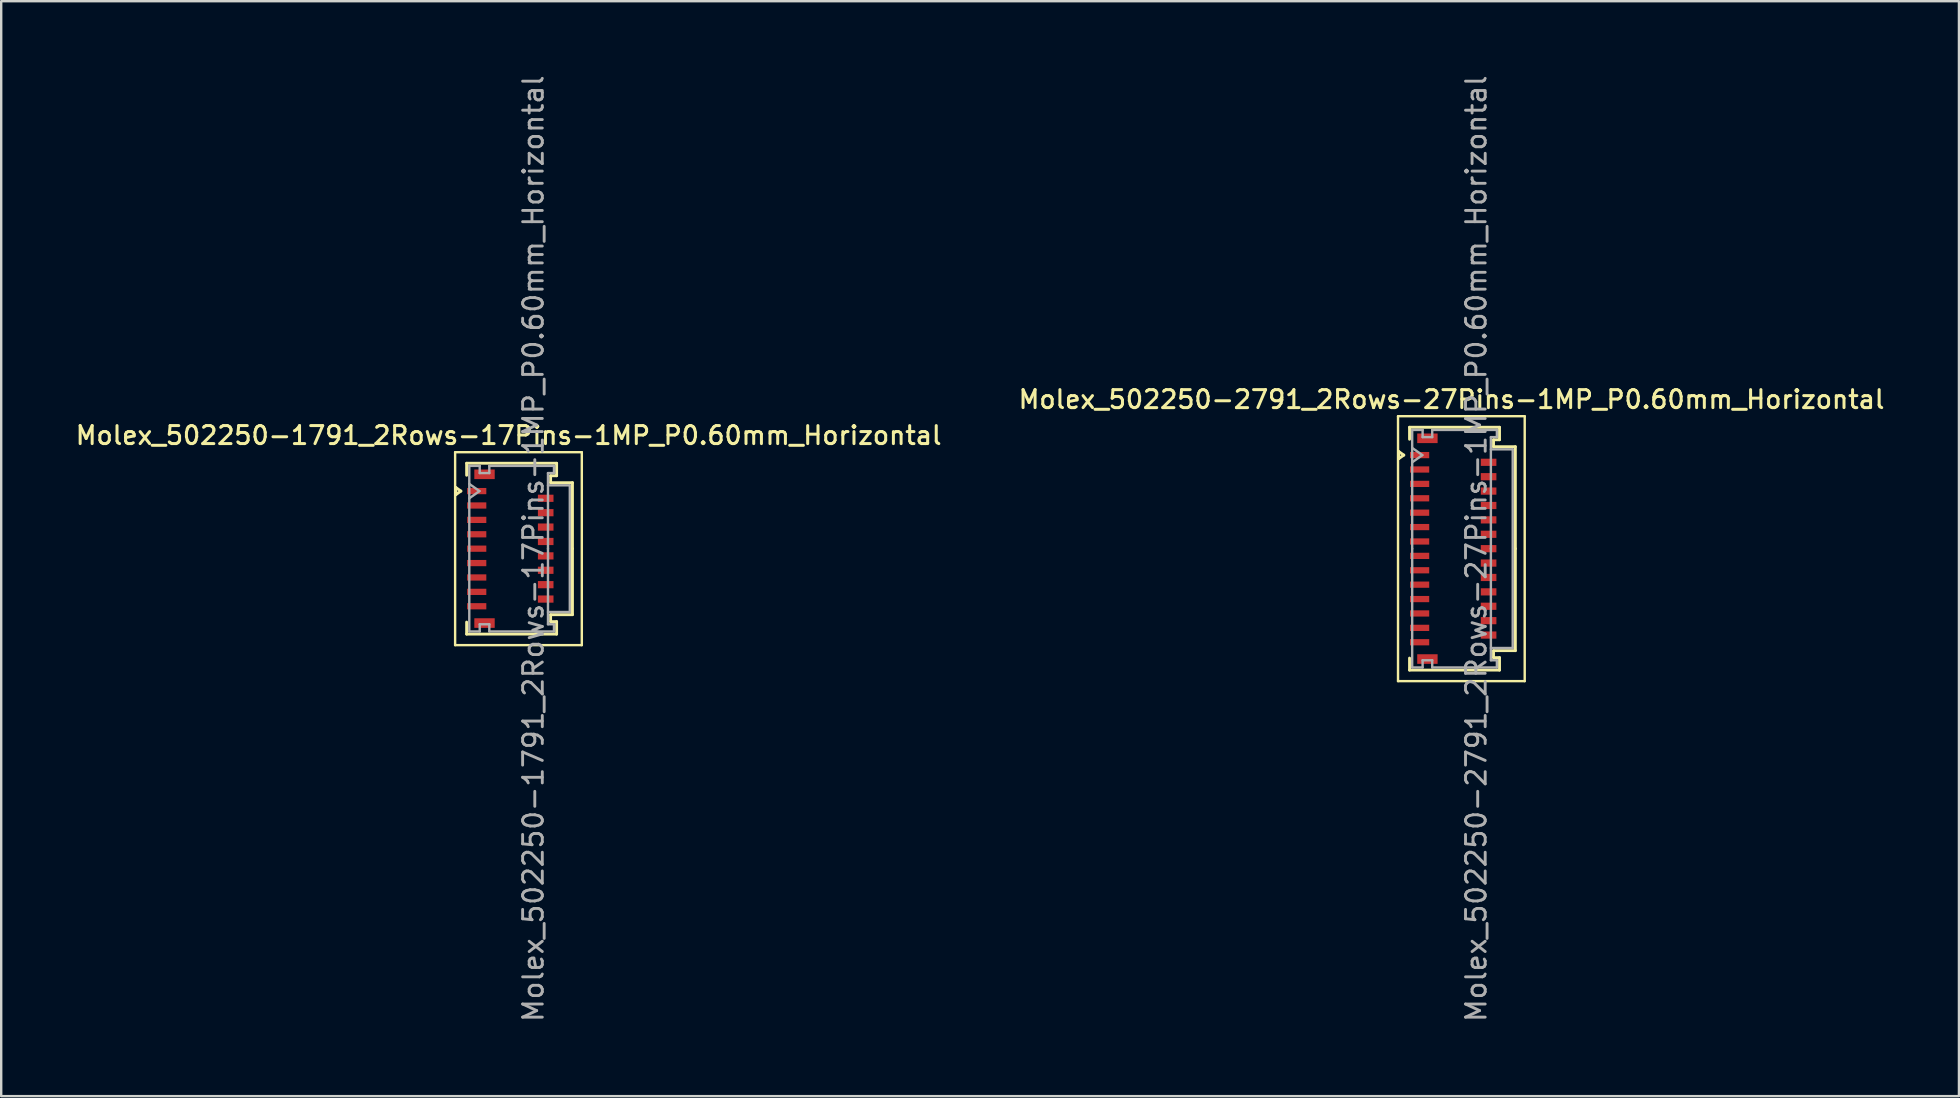
<source format=kicad_pcb>
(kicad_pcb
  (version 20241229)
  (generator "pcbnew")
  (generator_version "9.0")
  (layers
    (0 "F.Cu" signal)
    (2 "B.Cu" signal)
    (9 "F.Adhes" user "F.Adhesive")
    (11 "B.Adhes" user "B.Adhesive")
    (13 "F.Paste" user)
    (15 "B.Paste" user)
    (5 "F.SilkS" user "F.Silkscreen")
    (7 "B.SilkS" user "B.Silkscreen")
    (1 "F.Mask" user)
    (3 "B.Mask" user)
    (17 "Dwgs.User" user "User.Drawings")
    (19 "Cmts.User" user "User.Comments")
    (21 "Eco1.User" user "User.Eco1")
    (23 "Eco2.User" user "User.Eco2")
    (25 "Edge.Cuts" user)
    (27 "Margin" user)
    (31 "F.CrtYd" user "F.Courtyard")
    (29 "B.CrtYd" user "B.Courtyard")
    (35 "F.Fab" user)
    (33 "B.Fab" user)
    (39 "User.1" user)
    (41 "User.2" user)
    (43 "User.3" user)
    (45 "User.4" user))
  (footprint "Molex_502250-2791_2Rows-27Pins-1MP_P0.60mm_Horizontal"
    (layer "F.Cu")
    (at 57.515 19.817)
    (property "Reference" "Molex_502250-2791_2Rows-27Pins-1MP_P0.60mm_Horizontal" (at -0.07 -6.22 0) (layer "F.SilkS") (effects (font (size 0.75 0.75) (thickness 0.125))))
    (attr smd)
    (fp_line (start -2.3 -5.52) (end -2.3 5.52) (stroke (width 0.1) (type solid)) (layer "F.SilkS"))
    (fp_line (start -2.3 5.52) (end 2.98 5.52) (stroke (width 0.1) (type solid)) (layer "F.SilkS"))
    (fp_line (start -2.272 -4.05) (end -2.06 -3.9) (stroke (width 0.12) (type solid)) (layer "F.SilkS"))
    (fp_line (start -2.272 -3.75) (end -2.272 -4.05) (stroke (width 0.12) (type solid)) (layer "F.SilkS"))
    (fp_line (start -2.06 -3.9) (end -2.272 -3.75) (stroke (width 0.12) (type solid)) (layer "F.SilkS"))
    (fp_line (start -1.82 -5.06) (end 1.93 -5.06) (stroke (width 0.12) (type solid)) (layer "F.SilkS"))
    (fp_line (start -1.82 -4.56) (end -1.82 -5.06) (stroke (width 0.12) (type solid)) (layer "F.SilkS"))
    (fp_line (start -1.82 4.56) (end -1.82 5.06) (stroke (width 0.12) (type solid)) (layer "F.SilkS"))
    (fp_line (start -1.82 5.06) (end 1.93 5.06) (stroke (width 0.12) (type solid)) (layer "F.SilkS"))
    (fp_line (start 1.68 -4.54) (end 1.68 -4.25) (stroke (width 0.12) (type solid)) (layer "F.SilkS"))
    (fp_line (start 1.68 -4.25) (end 2.59 -4.25) (stroke (width 0.12) (type solid)) (layer "F.SilkS"))
    (fp_line (start 1.68 4.25) (end 2.59 4.25) (stroke (width 0.12) (type solid)) (layer "F.SilkS"))
    (fp_line (start 1.68 4.54) (end 1.68 4.25) (stroke (width 0.12) (type solid)) (layer "F.SilkS"))
    (fp_line (start 1.93 -5.06) (end 1.93 -4.54) (stroke (width 0.12) (type solid)) (layer "F.SilkS"))
    (fp_line (start 1.93 -4.54) (end 1.68 -4.54) (stroke (width 0.12) (type solid)) (layer "F.SilkS"))
    (fp_line (start 1.93 4.54) (end 1.68 4.54) (stroke (width 0.12) (type solid)) (layer "F.SilkS"))
    (fp_line (start 1.93 5.06) (end 1.93 4.54) (stroke (width 0.12) (type solid)) (layer "F.SilkS"))
    (fp_line (start 2.59 -4.25) (end 2.59 0) (stroke (width 0.12) (type solid)) (layer "F.SilkS"))
    (fp_line (start 2.59 4.25) (end 2.59 0) (stroke (width 0.12) (type solid)) (layer "F.SilkS"))
    (fp_line (start 2.98 -5.52) (end -2.3 -5.52) (stroke (width 0.1) (type solid)) (layer "F.SilkS"))
    (fp_line (start 2.98 5.52) (end 2.98 -5.52) (stroke (width 0.1) (type solid)) (layer "F.SilkS"))
    (fp_line (start -1.71 -4.95) (end -1.275 -4.95) (stroke (width 0.1) (type solid)) (layer "F.Fab"))
    (fp_line (start -1.71 -4.2) (end -1.286 -3.9) (stroke (width 0.1) (type solid)) (layer "F.Fab"))
    (fp_line (start -1.71 0) (end -1.71 -4.95) (stroke (width 0.1) (type solid)) (layer "F.Fab"))
    (fp_line (start -1.71 0) (end -1.71 4.95) (stroke (width 0.1) (type solid)) (layer "F.Fab"))
    (fp_line (start -1.71 4.95) (end -1.275 4.95) (stroke (width 0.1) (type solid)) (layer "F.Fab"))
    (fp_line (start -1.286 -3.9) (end -1.71 -3.6) (stroke (width 0.1) (type solid)) (layer "F.Fab"))
    (fp_line (start -1.275 -4.95) (end -1.275 -4.65) (stroke (width 0.1) (type solid)) (layer "F.Fab"))
    (fp_line (start -1.275 -4.65) (end -0.875 -4.65) (stroke (width 0.1) (type solid)) (layer "F.Fab"))
    (fp_line (start -1.275 4.65) (end -0.875 4.65) (stroke (width 0.1) (type solid)) (layer "F.Fab"))
    (fp_line (start -1.275 4.95) (end -1.275 4.65) (stroke (width 0.1) (type solid)) (layer "F.Fab"))
    (fp_line (start -0.875 -4.95) (end 1.82 -4.95) (stroke (width 0.1) (type solid)) (layer "F.Fab"))
    (fp_line (start -0.875 -4.65) (end -0.875 -4.95) (stroke (width 0.1) (type solid)) (layer "F.Fab"))
    (fp_line (start -0.875 4.65) (end -0.875 4.95) (stroke (width 0.1) (type solid)) (layer "F.Fab"))
    (fp_line (start -0.875 4.95) (end 1.82 4.95) (stroke (width 0.1) (type solid)) (layer "F.Fab"))
    (fp_line (start 1.57 -4.65) (end 1.57 0) (stroke (width 0.1) (type solid)) (layer "F.Fab"))
    (fp_line (start 1.57 -4.14) (end 2.48 -4.14) (stroke (width 0.1) (type solid)) (layer "F.Fab"))
    (fp_line (start 1.57 4.65) (end 1.57 0) (stroke (width 0.1) (type solid)) (layer "F.Fab"))
    (fp_line (start 1.82 -4.95) (end 1.82 -4.65) (stroke (width 0.1) (type solid)) (layer "F.Fab"))
    (fp_line (start 1.82 -4.65) (end 1.57 -4.65) (stroke (width 0.1) (type solid)) (layer "F.Fab"))
    (fp_line (start 1.82 4.65) (end 1.57 4.65) (stroke (width 0.1) (type solid)) (layer "F.Fab"))
    (fp_line (start 1.82 4.95) (end 1.82 4.65) (stroke (width 0.1) (type solid)) (layer "F.Fab"))
    (fp_line (start 2.48 -4.14) (end 2.48 4.14) (stroke (width 0.1) (type solid)) (layer "F.Fab"))
    (fp_line (start 2.48 4.14) (end 1.57 4.14) (stroke (width 0.1) (type solid)) (layer "F.Fab"))
    (fp_text user "${REFERENCE}" (at 0.96 0 90) (layer "F.Fab") (effects (font (size 0.82 0.82) (thickness 0.12))))
    (pad "1" smd rect (at -1.4 -3.9) (size 0.8 0.26) (layers "F.Cu" "F.Mask" "F.Paste"))
    (pad "2" smd rect (at 1.475 -3.6) (size 0.65 0.3) (layers "F.Cu" "F.Mask" "F.Paste"))
    (pad "3" smd rect (at -1.4 -3.3) (size 0.8 0.26) (layers "F.Cu" "F.Mask" "F.Paste"))
    (pad "4" smd rect (at 1.475 -3) (size 0.65 0.3) (layers "F.Cu" "F.Mask" "F.Paste"))
    (pad "5" smd rect (at -1.4 -2.7) (size 0.8 0.26) (layers "F.Cu" "F.Mask" "F.Paste"))
    (pad "6" smd rect (at 1.475 -2.4) (size 0.65 0.3) (layers "F.Cu" "F.Mask" "F.Paste"))
    (pad "7" smd rect (at -1.4 -2.1) (size 0.8 0.26) (layers "F.Cu" "F.Mask" "F.Paste"))
    (pad "8" smd rect (at 1.475 -1.8) (size 0.65 0.3) (layers "F.Cu" "F.Mask" "F.Paste"))
    (pad "9" smd rect (at -1.4 -1.5) (size 0.8 0.26) (layers "F.Cu" "F.Mask" "F.Paste"))
    (pad "10" smd rect (at 1.475 -1.2) (size 0.65 0.3) (layers "F.Cu" "F.Mask" "F.Paste"))
    (pad "11" smd rect (at -1.4 -0.9) (size 0.8 0.26) (layers "F.Cu" "F.Mask" "F.Paste"))
    (pad "12" smd rect (at 1.475 -0.6) (size 0.65 0.3) (layers "F.Cu" "F.Mask" "F.Paste"))
    (pad "13" smd rect (at -1.4 -0.3) (size 0.8 0.26) (layers "F.Cu" "F.Mask" "F.Paste"))
    (pad "14" smd rect (at 1.475 0) (size 0.65 0.3) (layers "F.Cu" "F.Mask" "F.Paste"))
    (pad "15" smd rect (at -1.4 0.3) (size 0.8 0.26) (layers "F.Cu" "F.Mask" "F.Paste"))
    (pad "16" smd rect (at 1.475 0.6) (size 0.65 0.3) (layers "F.Cu" "F.Mask" "F.Paste"))
    (pad "17" smd rect (at -1.4 0.9) (size 0.8 0.26) (layers "F.Cu" "F.Mask" "F.Paste"))
    (pad "18" smd rect (at 1.475 1.2) (size 0.65 0.3) (layers "F.Cu" "F.Mask" "F.Paste"))
    (pad "19" smd rect (at -1.4 1.5) (size 0.8 0.26) (layers "F.Cu" "F.Mask" "F.Paste"))
    (pad "20" smd rect (at 1.475 1.8) (size 0.65 0.3) (layers "F.Cu" "F.Mask" "F.Paste"))
    (pad "21" smd rect (at -1.4 2.1) (size 0.8 0.26) (layers "F.Cu" "F.Mask" "F.Paste"))
    (pad "22" smd rect (at 1.475 2.4) (size 0.65 0.3) (layers "F.Cu" "F.Mask" "F.Paste"))
    (pad "23" smd rect (at -1.4 2.7) (size 0.8 0.26) (layers "F.Cu" "F.Mask" "F.Paste"))
    (pad "24" smd rect (at 1.475 3) (size 0.65 0.3) (layers "F.Cu" "F.Mask" "F.Paste"))
    (pad "25" smd rect (at -1.4 3.3) (size 0.8 0.26) (layers "F.Cu" "F.Mask" "F.Paste"))
    (pad "26" smd rect (at 1.475 3.6) (size 0.65 0.3) (layers "F.Cu" "F.Mask" "F.Paste"))
    (pad "27" smd rect (at -1.4 3.9) (size 0.8 0.26) (layers "F.Cu" "F.Mask" "F.Paste"))
    (pad "MP" smd rect (at -1.075 -4.6) (size 0.85 0.4) (layers "F.Cu" "F.Mask" "F.Paste"))
    (pad "MP" smd rect (at -1.075 4.6) (size 0.85 0.4) (layers "F.Cu" "F.Mask" "F.Paste")))
  (footprint "Molex_502250-1791_2Rows-17Pins-1MP_P0.60mm_Horizontal"
    (layer "F.Cu")
    (at 18.218 19.817)
    (property "Reference" "Molex_502250-1791_2Rows-17Pins-1MP_P0.60mm_Horizontal" (at -0.07 -4.72 0) (layer "F.SilkS") (effects (font (size 0.75 0.75) (thickness 0.125))))
    (attr smd)
    (fp_line (start -2.3 -4.02) (end -2.3 4.02) (stroke (width 0.1) (type solid)) (layer "F.SilkS"))
    (fp_line (start -2.3 4.02) (end 2.98 4.02) (stroke (width 0.1) (type solid)) (layer "F.SilkS"))
    (fp_line (start -2.272 -2.55) (end -2.06 -2.4) (stroke (width 0.12) (type solid)) (layer "F.SilkS"))
    (fp_line (start -2.272 -2.25) (end -2.272 -2.55) (stroke (width 0.12) (type solid)) (layer "F.SilkS"))
    (fp_line (start -2.06 -2.4) (end -2.272 -2.25) (stroke (width 0.12) (type solid)) (layer "F.SilkS"))
    (fp_line (start -1.82 -3.56) (end 1.93 -3.56) (stroke (width 0.12) (type solid)) (layer "F.SilkS"))
    (fp_line (start -1.82 -3.06) (end -1.82 -3.56) (stroke (width 0.12) (type solid)) (layer "F.SilkS"))
    (fp_line (start -1.82 3.06) (end -1.82 3.56) (stroke (width 0.12) (type solid)) (layer "F.SilkS"))
    (fp_line (start -1.82 3.56) (end 1.93 3.56) (stroke (width 0.12) (type solid)) (layer "F.SilkS"))
    (fp_line (start 1.68 -3.04) (end 1.68 -2.75) (stroke (width 0.12) (type solid)) (layer "F.SilkS"))
    (fp_line (start 1.68 -2.75) (end 2.59 -2.75) (stroke (width 0.12) (type solid)) (layer "F.SilkS"))
    (fp_line (start 1.68 2.75) (end 2.59 2.75) (stroke (width 0.12) (type solid)) (layer "F.SilkS"))
    (fp_line (start 1.68 3.04) (end 1.68 2.75) (stroke (width 0.12) (type solid)) (layer "F.SilkS"))
    (fp_line (start 1.93 -3.56) (end 1.93 -3.04) (stroke (width 0.12) (type solid)) (layer "F.SilkS"))
    (fp_line (start 1.93 -3.04) (end 1.68 -3.04) (stroke (width 0.12) (type solid)) (layer "F.SilkS"))
    (fp_line (start 1.93 3.04) (end 1.68 3.04) (stroke (width 0.12) (type solid)) (layer "F.SilkS"))
    (fp_line (start 1.93 3.56) (end 1.93 3.04) (stroke (width 0.12) (type solid)) (layer "F.SilkS"))
    (fp_line (start 2.59 -2.75) (end 2.59 0) (stroke (width 0.12) (type solid)) (layer "F.SilkS"))
    (fp_line (start 2.59 2.75) (end 2.59 0) (stroke (width 0.12) (type solid)) (layer "F.SilkS"))
    (fp_line (start 2.98 -4.02) (end -2.3 -4.02) (stroke (width 0.1) (type solid)) (layer "F.SilkS"))
    (fp_line (start 2.98 4.02) (end 2.98 -4.02) (stroke (width 0.1) (type solid)) (layer "F.SilkS"))
    (fp_line (start -1.71 -3.45) (end -1.275 -3.45) (stroke (width 0.1) (type solid)) (layer "F.Fab"))
    (fp_line (start -1.71 -2.7) (end -1.286 -2.4) (stroke (width 0.1) (type solid)) (layer "F.Fab"))
    (fp_line (start -1.71 0) (end -1.71 -3.45) (stroke (width 0.1) (type solid)) (layer "F.Fab"))
    (fp_line (start -1.71 0) (end -1.71 3.45) (stroke (width 0.1) (type solid)) (layer "F.Fab"))
    (fp_line (start -1.71 3.45) (end -1.275 3.45) (stroke (width 0.1) (type solid)) (layer "F.Fab"))
    (fp_line (start -1.286 -2.4) (end -1.71 -2.1) (stroke (width 0.1) (type solid)) (layer "F.Fab"))
    (fp_line (start -1.275 -3.45) (end -1.275 -3.15) (stroke (width 0.1) (type solid)) (layer "F.Fab"))
    (fp_line (start -1.275 -3.15) (end -0.875 -3.15) (stroke (width 0.1) (type solid)) (layer "F.Fab"))
    (fp_line (start -1.275 3.15) (end -0.875 3.15) (stroke (width 0.1) (type solid)) (layer "F.Fab"))
    (fp_line (start -1.275 3.45) (end -1.275 3.15) (stroke (width 0.1) (type solid)) (layer "F.Fab"))
    (fp_line (start -0.875 -3.45) (end 1.82 -3.45) (stroke (width 0.1) (type solid)) (layer "F.Fab"))
    (fp_line (start -0.875 -3.15) (end -0.875 -3.45) (stroke (width 0.1) (type solid)) (layer "F.Fab"))
    (fp_line (start -0.875 3.15) (end -0.875 3.45) (stroke (width 0.1) (type solid)) (layer "F.Fab"))
    (fp_line (start -0.875 3.45) (end 1.82 3.45) (stroke (width 0.1) (type solid)) (layer "F.Fab"))
    (fp_line (start 1.57 -3.15) (end 1.57 0) (stroke (width 0.1) (type solid)) (layer "F.Fab"))
    (fp_line (start 1.57 -2.64) (end 2.48 -2.64) (stroke (width 0.1) (type solid)) (layer "F.Fab"))
    (fp_line (start 1.57 3.15) (end 1.57 0) (stroke (width 0.1) (type solid)) (layer "F.Fab"))
    (fp_line (start 1.82 -3.45) (end 1.82 -3.15) (stroke (width 0.1) (type solid)) (layer "F.Fab"))
    (fp_line (start 1.82 -3.15) (end 1.57 -3.15) (stroke (width 0.1) (type solid)) (layer "F.Fab"))
    (fp_line (start 1.82 3.15) (end 1.57 3.15) (stroke (width 0.1) (type solid)) (layer "F.Fab"))
    (fp_line (start 1.82 3.45) (end 1.82 3.15) (stroke (width 0.1) (type solid)) (layer "F.Fab"))
    (fp_line (start 2.48 -2.64) (end 2.48 2.64) (stroke (width 0.1) (type solid)) (layer "F.Fab"))
    (fp_line (start 2.48 2.64) (end 1.57 2.64) (stroke (width 0.1) (type solid)) (layer "F.Fab"))
    (fp_text user "${REFERENCE}" (at 0.96 0 90) (layer "F.Fab") (effects (font (size 0.82 0.82) (thickness 0.12))))
    (pad "1" smd rect (at -1.4 -2.4) (size 0.8 0.26) (layers "F.Cu" "F.Mask" "F.Paste"))
    (pad "2" smd rect (at 1.475 -2.1) (size 0.65 0.3) (layers "F.Cu" "F.Mask" "F.Paste"))
    (pad "3" smd rect (at -1.4 -1.8) (size 0.8 0.26) (layers "F.Cu" "F.Mask" "F.Paste"))
    (pad "4" smd rect (at 1.475 -1.5) (size 0.65 0.3) (layers "F.Cu" "F.Mask" "F.Paste"))
    (pad "5" smd rect (at -1.4 -1.2) (size 0.8 0.26) (layers "F.Cu" "F.Mask" "F.Paste"))
    (pad "6" smd rect (at 1.475 -0.9) (size 0.65 0.3) (layers "F.Cu" "F.Mask" "F.Paste"))
    (pad "7" smd rect (at -1.4 -0.6) (size 0.8 0.26) (layers "F.Cu" "F.Mask" "F.Paste"))
    (pad "8" smd rect (at 1.475 -0.3) (size 0.65 0.3) (layers "F.Cu" "F.Mask" "F.Paste"))
    (pad "9" smd rect (at -1.4 0) (size 0.8 0.26) (layers "F.Cu" "F.Mask" "F.Paste"))
    (pad "10" smd rect (at 1.475 0.3) (size 0.65 0.3) (layers "F.Cu" "F.Mask" "F.Paste"))
    (pad "11" smd rect (at -1.4 0.6) (size 0.8 0.26) (layers "F.Cu" "F.Mask" "F.Paste"))
    (pad "12" smd rect (at 1.475 0.9) (size 0.65 0.3) (layers "F.Cu" "F.Mask" "F.Paste"))
    (pad "13" smd rect (at -1.4 1.2) (size 0.8 0.26) (layers "F.Cu" "F.Mask" "F.Paste"))
    (pad "14" smd rect (at 1.475 1.5) (size 0.65 0.3) (layers "F.Cu" "F.Mask" "F.Paste"))
    (pad "15" smd rect (at -1.4 1.8) (size 0.8 0.26) (layers "F.Cu" "F.Mask" "F.Paste"))
    (pad "16" smd rect (at 1.475 2.1) (size 0.65 0.3) (layers "F.Cu" "F.Mask" "F.Paste"))
    (pad "17" smd rect (at -1.4 2.4) (size 0.8 0.26) (layers "F.Cu" "F.Mask" "F.Paste"))
    (pad "MP" smd rect (at -1.075 -3.1) (size 0.85 0.4) (layers "F.Cu" "F.Mask" "F.Paste"))
    (pad "MP" smd rect (at -1.075 3.1) (size 0.85 0.4) (layers "F.Cu" "F.Mask" "F.Paste")))
  (gr_rect
    (start -3 -3)
    (end 78.593 42.634)
    (stroke (width 0.1) (type default))
    (fill no)
    (layer "Edge.Cuts")))
</source>
